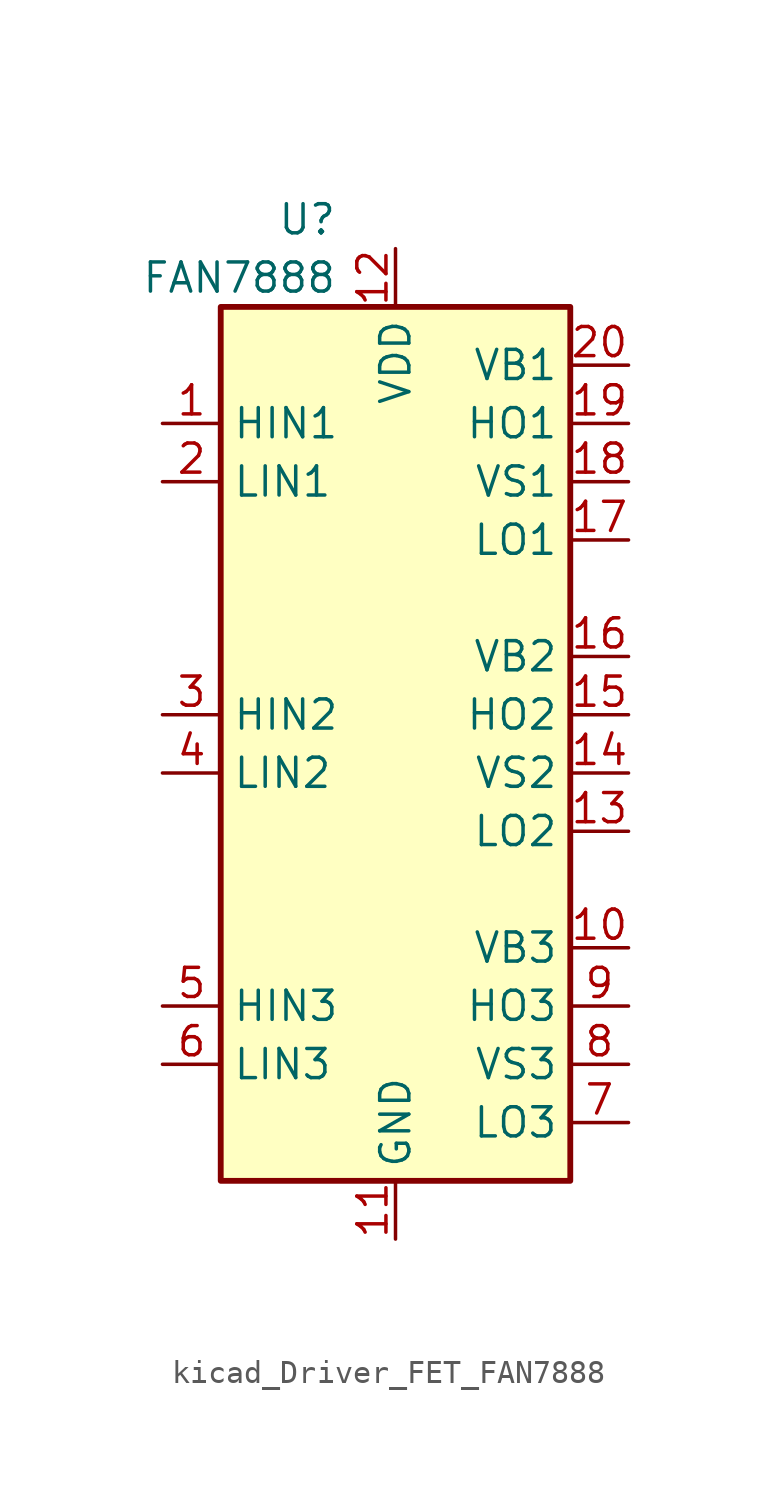
<source format=kicad_sym>
(kicad_symbol_lib
  (version 20220914)
  (generator kicad_symbol_editor)
  (symbol "kicad_Driver_FET_FAN7888"
    (property "Reference" "U"
      (at -2.54 24.13 0)
      (effects (font (size 1.27 1.27)) (justify right)))
    (property "Value" "FAN7888"
      (at -2.54 21.59 0)
      (effects (font (size 1.27 1.27)) (justify right)))
    (symbol "kicad_Driver_FET_FAN7888_0_1"
      (rectangle (start -7.62 20.32) (end 7.62 -17.78) (stroke (width 0.254) (type default)) (fill (type background))))
    (symbol "kicad_Driver_FET_FAN7888_1_1"
      (pin input line (at -10.16 15.24 0) (length 2.54) (name "HIN1" (effects (font (size 1.27 1.27)))) (number "1" (effects (font (size 1.27 1.27)))))
      (pin passive line (at 10.16 -7.62 180) (length 2.54) (name "VB3" (effects (font (size 1.27 1.27)))) (number "10" (effects (font (size 1.27 1.27)))))
      (pin power_in line (at 0 -20.32 90) (length 2.54) (name "GND" (effects (font (size 1.27 1.27)))) (number "11" (effects (font (size 1.27 1.27)))))
      (pin power_in line (at 0 22.86 270) (length 2.54) (name "VDD" (effects (font (size 1.27 1.27)))) (number "12" (effects (font (size 1.27 1.27)))))
      (pin output line (at 10.16 -2.54 180) (length 2.54) (name "LO2" (effects (font (size 1.27 1.27)))) (number "13" (effects (font (size 1.27 1.27)))))
      (pin passive line (at 10.16 0 180) (length 2.54) (name "VS2" (effects (font (size 1.27 1.27)))) (number "14" (effects (font (size 1.27 1.27)))))
      (pin output line (at 10.16 2.54 180) (length 2.54) (name "HO2" (effects (font (size 1.27 1.27)))) (number "15" (effects (font (size 1.27 1.27)))))
      (pin passive line (at 10.16 5.08 180) (length 2.54) (name "VB2" (effects (font (size 1.27 1.27)))) (number "16" (effects (font (size 1.27 1.27)))))
      (pin output line (at 10.16 10.16 180) (length 2.54) (name "LO1" (effects (font (size 1.27 1.27)))) (number "17" (effects (font (size 1.27 1.27)))))
      (pin passive line (at 10.16 12.7 180) (length 2.54) (name "VS1" (effects (font (size 1.27 1.27)))) (number "18" (effects (font (size 1.27 1.27)))))
      (pin output line (at 10.16 15.24 180) (length 2.54) (name "HO1" (effects (font (size 1.27 1.27)))) (number "19" (effects (font (size 1.27 1.27)))))
      (pin input line (at -10.16 12.7 0) (length 2.54) (name "LIN1" (effects (font (size 1.27 1.27)))) (number "2" (effects (font (size 1.27 1.27)))))
      (pin passive line (at 10.16 17.78 180) (length 2.54) (name "VB1" (effects (font (size 1.27 1.27)))) (number "20" (effects (font (size 1.27 1.27)))))
      (pin input line (at -10.16 2.54 0) (length 2.54) (name "HIN2" (effects (font (size 1.27 1.27)))) (number "3" (effects (font (size 1.27 1.27)))))
      (pin input line (at -10.16 0 0) (length 2.54) (name "LIN2" (effects (font (size 1.27 1.27)))) (number "4" (effects (font (size 1.27 1.27)))))
      (pin input line (at -10.16 -10.16 0) (length 2.54) (name "HIN3" (effects (font (size 1.27 1.27)))) (number "5" (effects (font (size 1.27 1.27)))))
      (pin input line (at -10.16 -12.7 0) (length 2.54) (name "LIN3" (effects (font (size 1.27 1.27)))) (number "6" (effects (font (size 1.27 1.27)))))
      (pin output line (at 10.16 -15.24 180) (length 2.54) (name "LO3" (effects (font (size 1.27 1.27)))) (number "7" (effects (font (size 1.27 1.27)))))
      (pin passive line (at 10.16 -12.7 180) (length 2.54) (name "VS3" (effects (font (size 1.27 1.27)))) (number "8" (effects (font (size 1.27 1.27)))))
      (pin output line (at 10.16 -10.16 180) (length 2.54) (name "HO3" (effects (font (size 1.27 1.27)))) (number "9" (effects (font (size 1.27 1.27))))))))
</source>
